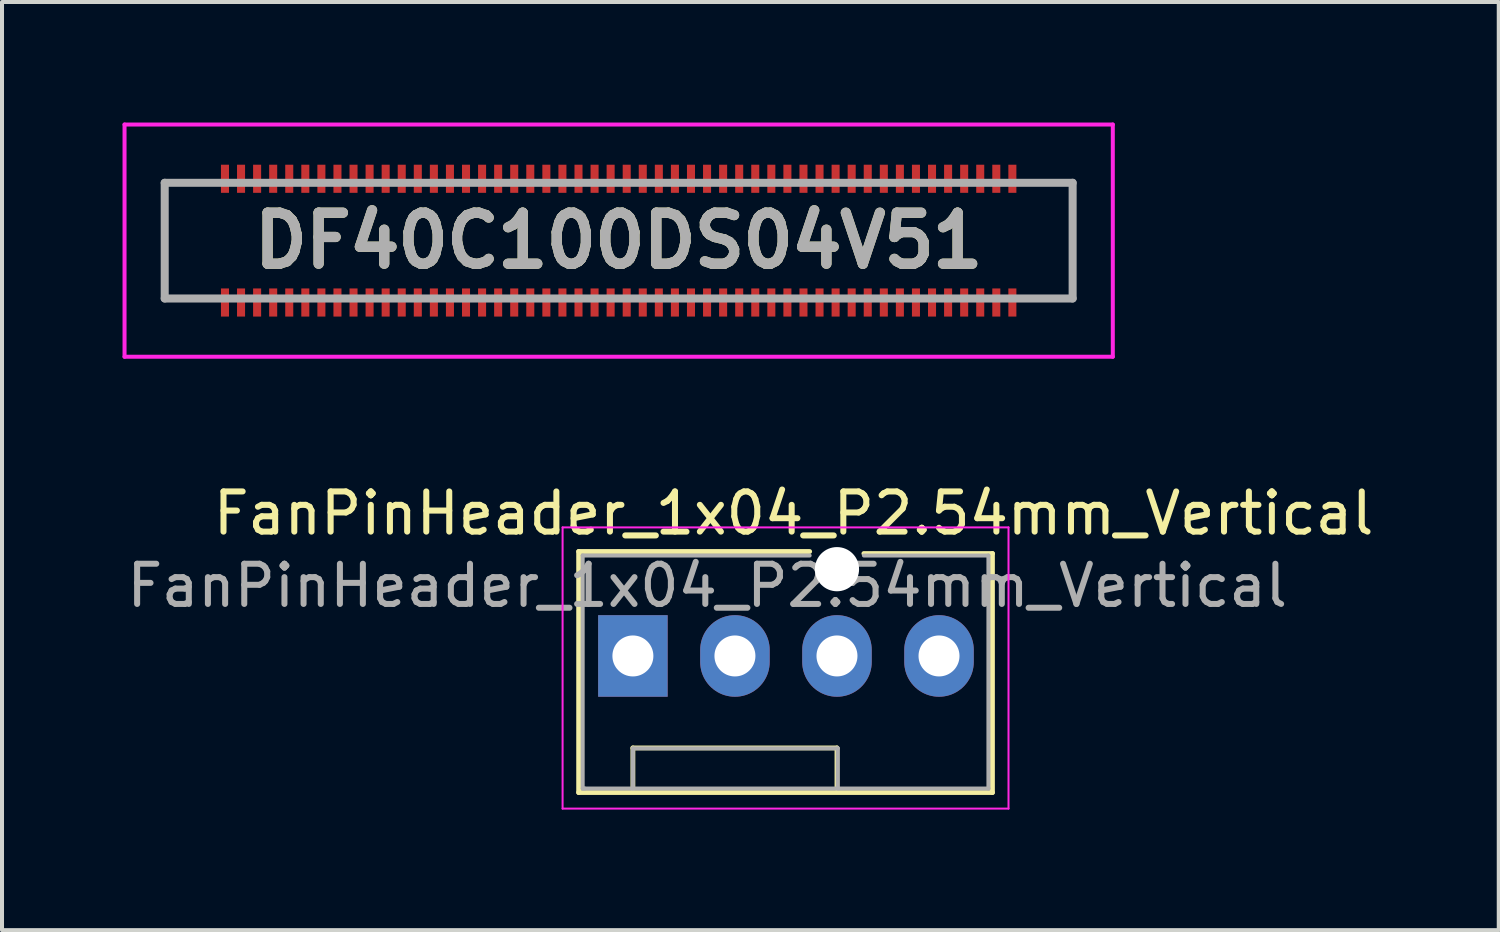
<source format=kicad_pcb>
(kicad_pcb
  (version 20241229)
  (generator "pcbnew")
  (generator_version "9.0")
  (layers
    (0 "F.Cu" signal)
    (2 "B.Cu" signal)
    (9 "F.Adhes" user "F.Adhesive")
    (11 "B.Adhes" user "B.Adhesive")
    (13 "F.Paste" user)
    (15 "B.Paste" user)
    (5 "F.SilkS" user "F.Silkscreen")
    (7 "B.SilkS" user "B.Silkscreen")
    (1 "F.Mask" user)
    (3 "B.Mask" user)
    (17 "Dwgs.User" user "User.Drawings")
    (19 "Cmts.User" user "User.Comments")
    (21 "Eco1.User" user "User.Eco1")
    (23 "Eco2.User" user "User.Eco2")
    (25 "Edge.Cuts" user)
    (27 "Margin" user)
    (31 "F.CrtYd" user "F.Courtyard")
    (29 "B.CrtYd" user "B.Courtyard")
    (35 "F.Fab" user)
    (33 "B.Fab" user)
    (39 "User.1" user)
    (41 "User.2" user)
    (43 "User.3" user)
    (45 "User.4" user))
  (footprint "DF40C100DS04V51"
    (layer "F.Cu")
    (at 12.35 2.94)
    (property "Reference" "DF40C100DS04V51" (at 0 0 0) (layer "F.SilkS") (effects (font (size 1.27 1.27) (thickness 0.254))))
    (attr smd)
    (fp_line (start -11.3 -1.44) (end -11.3 1.44) (stroke (width 0.1) (type solid)) (layer "F.SilkS"))
    (fp_line (start -11.3 1.44) (end -10.5 1.44) (stroke (width 0.1) (type solid)) (layer "F.SilkS"))
    (fp_line (start -10.5 -1.44) (end -11.3 -1.44) (stroke (width 0.1) (type solid)) (layer "F.SilkS"))
    (fp_line (start 10.5 -1.44) (end 11.3 -1.44) (stroke (width 0.1) (type solid)) (layer "F.SilkS"))
    (fp_line (start 11.3 -1.44) (end 11.3 1.44) (stroke (width 0.1) (type solid)) (layer "F.SilkS"))
    (fp_line (start 11.3 1.44) (end 10.5 1.44) (stroke (width 0.1) (type solid)) (layer "F.SilkS"))
    (fp_line (start -12.3 -2.89) (end 12.3 -2.89) (stroke (width 0.1) (type solid)) (layer "F.CrtYd"))
    (fp_line (start -12.3 2.89) (end -12.3 -2.89) (stroke (width 0.1) (type solid)) (layer "F.CrtYd"))
    (fp_line (start 12.3 -2.89) (end 12.3 2.89) (stroke (width 0.1) (type solid)) (layer "F.CrtYd"))
    (fp_line (start 12.3 2.89) (end -12.3 2.89) (stroke (width 0.1) (type solid)) (layer "F.CrtYd"))
    (fp_line (start -11.3 -1.44) (end 11.3 -1.44) (stroke (width 0.2) (type solid)) (layer "F.Fab"))
    (fp_line (start -11.3 1.44) (end -11.3 -1.44) (stroke (width 0.2) (type solid)) (layer "F.Fab"))
    (fp_line (start 11.3 -1.44) (end 11.3 1.44) (stroke (width 0.2) (type solid)) (layer "F.Fab"))
    (fp_line (start 11.3 1.44) (end -11.3 1.44) (stroke (width 0.2) (type solid)) (layer "F.Fab"))
    (fp_text user "${REFERENCE}" (at 0 0 0) (layer "F.Fab") (effects (font (size 1.27 1.27) (thickness 0.254))))
    (pad "1" smd rect (at -9.8 1.54) (size 0.2 0.7) (layers "F.Cu" "F.Mask" "F.Paste"))
    (pad "2" smd rect (at -9.8 -1.54) (size 0.2 0.7) (layers "F.Cu" "F.Mask" "F.Paste"))
    (pad "3" smd rect (at -9.4 1.54) (size 0.2 0.7) (layers "F.Cu" "F.Mask" "F.Paste"))
    (pad "4" smd rect (at -9.4 -1.54) (size 0.2 0.7) (layers "F.Cu" "F.Mask" "F.Paste"))
    (pad "5" smd rect (at -9 1.54) (size 0.2 0.7) (layers "F.Cu" "F.Mask" "F.Paste"))
    (pad "6" smd rect (at -9 -1.54) (size 0.2 0.7) (layers "F.Cu" "F.Mask" "F.Paste"))
    (pad "7" smd rect (at -8.6 1.54) (size 0.2 0.7) (layers "F.Cu" "F.Mask" "F.Paste"))
    (pad "8" smd rect (at -8.6 -1.54) (size 0.2 0.7) (layers "F.Cu" "F.Mask" "F.Paste"))
    (pad "9" smd rect (at -8.2 1.54) (size 0.2 0.7) (layers "F.Cu" "F.Mask" "F.Paste"))
    (pad "10" smd rect (at -8.2 -1.54) (size 0.2 0.7) (layers "F.Cu" "F.Mask" "F.Paste"))
    (pad "11" smd rect (at -7.8 1.54) (size 0.2 0.7) (layers "F.Cu" "F.Mask" "F.Paste"))
    (pad "12" smd rect (at -7.8 -1.54) (size 0.2 0.7) (layers "F.Cu" "F.Mask" "F.Paste"))
    (pad "13" smd rect (at -7.4 1.54) (size 0.2 0.7) (layers "F.Cu" "F.Mask" "F.Paste"))
    (pad "14" smd rect (at -7.4 -1.54) (size 0.2 0.7) (layers "F.Cu" "F.Mask" "F.Paste"))
    (pad "15" smd rect (at -7 1.54) (size 0.2 0.7) (layers "F.Cu" "F.Mask" "F.Paste"))
    (pad "16" smd rect (at -7 -1.54) (size 0.2 0.7) (layers "F.Cu" "F.Mask" "F.Paste"))
    (pad "17" smd rect (at -6.6 1.54) (size 0.2 0.7) (layers "F.Cu" "F.Mask" "F.Paste"))
    (pad "18" smd rect (at -6.6 -1.54) (size 0.2 0.7) (layers "F.Cu" "F.Mask" "F.Paste"))
    (pad "19" smd rect (at -6.2 1.54) (size 0.2 0.7) (layers "F.Cu" "F.Mask" "F.Paste"))
    (pad "20" smd rect (at -6.2 -1.54) (size 0.2 0.7) (layers "F.Cu" "F.Mask" "F.Paste"))
    (pad "21" smd rect (at -5.8 1.54) (size 0.2 0.7) (layers "F.Cu" "F.Mask" "F.Paste"))
    (pad "22" smd rect (at -5.8 -1.54) (size 0.2 0.7) (layers "F.Cu" "F.Mask" "F.Paste"))
    (pad "23" smd rect (at -5.4 1.54) (size 0.2 0.7) (layers "F.Cu" "F.Mask" "F.Paste"))
    (pad "24" smd rect (at -5.4 -1.54) (size 0.2 0.7) (layers "F.Cu" "F.Mask" "F.Paste"))
    (pad "25" smd rect (at -5 1.54) (size 0.2 0.7) (layers "F.Cu" "F.Mask" "F.Paste"))
    (pad "26" smd rect (at -5 -1.54) (size 0.2 0.7) (layers "F.Cu" "F.Mask" "F.Paste"))
    (pad "27" smd rect (at -4.6 1.54) (size 0.2 0.7) (layers "F.Cu" "F.Mask" "F.Paste"))
    (pad "28" smd rect (at -4.6 -1.54) (size 0.2 0.7) (layers "F.Cu" "F.Mask" "F.Paste"))
    (pad "29" smd rect (at -4.2 1.54) (size 0.2 0.7) (layers "F.Cu" "F.Mask" "F.Paste"))
    (pad "30" smd rect (at -4.2 -1.54) (size 0.2 0.7) (layers "F.Cu" "F.Mask" "F.Paste"))
    (pad "31" smd rect (at -3.8 1.54) (size 0.2 0.7) (layers "F.Cu" "F.Mask" "F.Paste"))
    (pad "32" smd rect (at -3.8 -1.54) (size 0.2 0.7) (layers "F.Cu" "F.Mask" "F.Paste"))
    (pad "33" smd rect (at -3.4 1.54) (size 0.2 0.7) (layers "F.Cu" "F.Mask" "F.Paste"))
    (pad "34" smd rect (at -3.4 -1.54) (size 0.2 0.7) (layers "F.Cu" "F.Mask" "F.Paste"))
    (pad "35" smd rect (at -3 1.54) (size 0.2 0.7) (layers "F.Cu" "F.Mask" "F.Paste"))
    (pad "36" smd rect (at -3 -1.54) (size 0.2 0.7) (layers "F.Cu" "F.Mask" "F.Paste"))
    (pad "37" smd rect (at -2.6 1.54) (size 0.2 0.7) (layers "F.Cu" "F.Mask" "F.Paste"))
    (pad "38" smd rect (at -2.6 -1.54) (size 0.2 0.7) (layers "F.Cu" "F.Mask" "F.Paste"))
    (pad "39" smd rect (at -2.2 1.54) (size 0.2 0.7) (layers "F.Cu" "F.Mask" "F.Paste"))
    (pad "40" smd rect (at -2.2 -1.54) (size 0.2 0.7) (layers "F.Cu" "F.Mask" "F.Paste"))
    (pad "41" smd rect (at -1.8 1.54) (size 0.2 0.7) (layers "F.Cu" "F.Mask" "F.Paste"))
    (pad "42" smd rect (at -1.8 -1.54) (size 0.2 0.7) (layers "F.Cu" "F.Mask" "F.Paste"))
    (pad "43" smd rect (at -1.4 1.54) (size 0.2 0.7) (layers "F.Cu" "F.Mask" "F.Paste"))
    (pad "44" smd rect (at -1.4 -1.54) (size 0.2 0.7) (layers "F.Cu" "F.Mask" "F.Paste"))
    (pad "45" smd rect (at -1 1.54) (size 0.2 0.7) (layers "F.Cu" "F.Mask" "F.Paste"))
    (pad "46" smd rect (at -1 -1.54) (size 0.2 0.7) (layers "F.Cu" "F.Mask" "F.Paste"))
    (pad "47" smd rect (at -0.6 1.54) (size 0.2 0.7) (layers "F.Cu" "F.Mask" "F.Paste"))
    (pad "48" smd rect (at -0.6 -1.54) (size 0.2 0.7) (layers "F.Cu" "F.Mask" "F.Paste"))
    (pad "49" smd rect (at -0.2 1.54) (size 0.2 0.7) (layers "F.Cu" "F.Mask" "F.Paste"))
    (pad "50" smd rect (at -0.2 -1.54) (size 0.2 0.7) (layers "F.Cu" "F.Mask" "F.Paste"))
    (pad "51" smd rect (at 0.2 1.54) (size 0.2 0.7) (layers "F.Cu" "F.Mask" "F.Paste"))
    (pad "52" smd rect (at 0.2 -1.54) (size 0.2 0.7) (layers "F.Cu" "F.Mask" "F.Paste"))
    (pad "53" smd rect (at 0.6 1.54) (size 0.2 0.7) (layers "F.Cu" "F.Mask" "F.Paste"))
    (pad "54" smd rect (at 0.6 -1.54) (size 0.2 0.7) (layers "F.Cu" "F.Mask" "F.Paste"))
    (pad "55" smd rect (at 1 1.54) (size 0.2 0.7) (layers "F.Cu" "F.Mask" "F.Paste"))
    (pad "56" smd rect (at 1 -1.54) (size 0.2 0.7) (layers "F.Cu" "F.Mask" "F.Paste"))
    (pad "57" smd rect (at 1.4 1.54) (size 0.2 0.7) (layers "F.Cu" "F.Mask" "F.Paste"))
    (pad "58" smd rect (at 1.4 -1.54) (size 0.2 0.7) (layers "F.Cu" "F.Mask" "F.Paste"))
    (pad "59" smd rect (at 1.8 1.54) (size 0.2 0.7) (layers "F.Cu" "F.Mask" "F.Paste"))
    (pad "60" smd rect (at 1.8 -1.54) (size 0.2 0.7) (layers "F.Cu" "F.Mask" "F.Paste"))
    (pad "61" smd rect (at 2.2 1.54) (size 0.2 0.7) (layers "F.Cu" "F.Mask" "F.Paste"))
    (pad "62" smd rect (at 2.2 -1.54) (size 0.2 0.7) (layers "F.Cu" "F.Mask" "F.Paste"))
    (pad "63" smd rect (at 2.6 1.54) (size 0.2 0.7) (layers "F.Cu" "F.Mask" "F.Paste"))
    (pad "64" smd rect (at 2.6 -1.54) (size 0.2 0.7) (layers "F.Cu" "F.Mask" "F.Paste"))
    (pad "65" smd rect (at 3 1.54) (size 0.2 0.7) (layers "F.Cu" "F.Mask" "F.Paste"))
    (pad "66" smd rect (at 3 -1.54) (size 0.2 0.7) (layers "F.Cu" "F.Mask" "F.Paste"))
    (pad "67" smd rect (at 3.4 1.54) (size 0.2 0.7) (layers "F.Cu" "F.Mask" "F.Paste"))
    (pad "68" smd rect (at 3.4 -1.54) (size 0.2 0.7) (layers "F.Cu" "F.Mask" "F.Paste"))
    (pad "69" smd rect (at 3.8 1.54) (size 0.2 0.7) (layers "F.Cu" "F.Mask" "F.Paste"))
    (pad "70" smd rect (at 3.8 -1.54) (size 0.2 0.7) (layers "F.Cu" "F.Mask" "F.Paste"))
    (pad "71" smd rect (at 4.2 1.54) (size 0.2 0.7) (layers "F.Cu" "F.Mask" "F.Paste"))
    (pad "72" smd rect (at 4.2 -1.54) (size 0.2 0.7) (layers "F.Cu" "F.Mask" "F.Paste"))
    (pad "73" smd rect (at 4.6 1.54) (size 0.2 0.7) (layers "F.Cu" "F.Mask" "F.Paste"))
    (pad "74" smd rect (at 4.6 -1.54) (size 0.2 0.7) (layers "F.Cu" "F.Mask" "F.Paste"))
    (pad "75" smd rect (at 5 1.54) (size 0.2 0.7) (layers "F.Cu" "F.Mask" "F.Paste"))
    (pad "76" smd rect (at 5 -1.54) (size 0.2 0.7) (layers "F.Cu" "F.Mask" "F.Paste"))
    (pad "77" smd rect (at 5.4 1.54) (size 0.2 0.7) (layers "F.Cu" "F.Mask" "F.Paste"))
    (pad "78" smd rect (at 5.4 -1.54) (size 0.2 0.7) (layers "F.Cu" "F.Mask" "F.Paste"))
    (pad "79" smd rect (at 5.8 1.54) (size 0.2 0.7) (layers "F.Cu" "F.Mask" "F.Paste"))
    (pad "80" smd rect (at 5.8 -1.54) (size 0.2 0.7) (layers "F.Cu" "F.Mask" "F.Paste"))
    (pad "81" smd rect (at 6.2 1.54) (size 0.2 0.7) (layers "F.Cu" "F.Mask" "F.Paste"))
    (pad "82" smd rect (at 6.2 -1.54) (size 0.2 0.7) (layers "F.Cu" "F.Mask" "F.Paste"))
    (pad "83" smd rect (at 6.6 1.54) (size 0.2 0.7) (layers "F.Cu" "F.Mask" "F.Paste"))
    (pad "84" smd rect (at 6.6 -1.54) (size 0.2 0.7) (layers "F.Cu" "F.Mask" "F.Paste"))
    (pad "85" smd rect (at 7 1.54) (size 0.2 0.7) (layers "F.Cu" "F.Mask" "F.Paste"))
    (pad "86" smd rect (at 7 -1.54) (size 0.2 0.7) (layers "F.Cu" "F.Mask" "F.Paste"))
    (pad "87" smd rect (at 7.4 1.54) (size 0.2 0.7) (layers "F.Cu" "F.Mask" "F.Paste"))
    (pad "88" smd rect (at 7.4 -1.54) (size 0.2 0.7) (layers "F.Cu" "F.Mask" "F.Paste"))
    (pad "89" smd rect (at 7.8 1.54) (size 0.2 0.7) (layers "F.Cu" "F.Mask" "F.Paste"))
    (pad "90" smd rect (at 7.8 -1.54) (size 0.2 0.7) (layers "F.Cu" "F.Mask" "F.Paste"))
    (pad "91" smd rect (at 8.2 1.54) (size 0.2 0.7) (layers "F.Cu" "F.Mask" "F.Paste"))
    (pad "92" smd rect (at 8.2 -1.54) (size 0.2 0.7) (layers "F.Cu" "F.Mask" "F.Paste"))
    (pad "93" smd rect (at 8.6 1.54) (size 0.2 0.7) (layers "F.Cu" "F.Mask" "F.Paste"))
    (pad "94" smd rect (at 8.6 -1.54) (size 0.2 0.7) (layers "F.Cu" "F.Mask" "F.Paste"))
    (pad "95" smd rect (at 9 1.54) (size 0.2 0.7) (layers "F.Cu" "F.Mask" "F.Paste"))
    (pad "96" smd rect (at 9 -1.54) (size 0.2 0.7) (layers "F.Cu" "F.Mask" "F.Paste"))
    (pad "97" smd rect (at 9.4 1.54) (size 0.2 0.7) (layers "F.Cu" "F.Mask" "F.Paste"))
    (pad "98" smd rect (at 9.4 -1.54) (size 0.2 0.7) (layers "F.Cu" "F.Mask" "F.Paste"))
    (pad "99" smd rect (at 9.8 1.54) (size 0.2 0.7) (layers "F.Cu" "F.Mask" "F.Paste"))
    (pad "100" smd rect (at 9.8 -1.54) (size 0.2 0.7) (layers "F.Cu" "F.Mask" "F.Paste")))
  (footprint "FanPinHeader_1x04_P2.54mm_Vertical"
    (layer "F.Cu")
    (at 12.704 13.278)
    (property "Reference" "FanPinHeader_1x04_P2.54mm_Vertical" (at 4 -3.55 0) (layer "F.SilkS") (effects (font (size 1 1) (thickness 0.15))))
    (attr through_hole)
    (fp_line (start -1.35 -2.6) (end 4.4 -2.6) (stroke (width 0.12) (type solid)) (layer "F.SilkS"))
    (fp_line (start -1.35 3.4) (end -1.35 -2.6) (stroke (width 0.12) (type solid)) (layer "F.SilkS"))
    (fp_line (start 0 2.29) (end 5.08 2.29) (stroke (width 0.12) (type solid)) (layer "F.SilkS"))
    (fp_line (start 0 3.3) (end 0 2.29) (stroke (width 0.12) (type solid)) (layer "F.SilkS"))
    (fp_line (start 5.08 2.29) (end 5.08 3.3) (stroke (width 0.12) (type solid)) (layer "F.SilkS"))
    (fp_line (start 5.75 -2.55) (end 8.95 -2.55) (stroke (width 0.12) (type solid)) (layer "F.SilkS"))
    (fp_line (start 8.95 -2.55) (end 8.95 3.4) (stroke (width 0.12) (type solid)) (layer "F.SilkS"))
    (fp_line (start 8.95 3.4) (end -1.35 3.4) (stroke (width 0.12) (type solid)) (layer "F.SilkS"))
    (fp_line (start -1.75 3.8) (end -1.75 -3.2) (stroke (width 0.05) (type solid)) (layer "F.CrtYd"))
    (fp_line (start -1.75 3.8) (end 9.35 3.8) (stroke (width 0.05) (type solid)) (layer "F.CrtYd"))
    (fp_line (start 9.35 -3.2) (end -1.75 -3.2) (stroke (width 0.05) (type solid)) (layer "F.CrtYd"))
    (fp_line (start 9.35 -3.2) (end 9.35 3.8) (stroke (width 0.05) (type solid)) (layer "F.CrtYd"))
    (fp_line (start -1.25 -2.5) (end 4.4 -2.5) (stroke (width 0.1) (type solid)) (layer "F.Fab"))
    (fp_line (start -1.25 3.3) (end -1.25 -2.5) (stroke (width 0.1) (type solid)) (layer "F.Fab"))
    (fp_line (start -1.2 3.3) (end -1.25 3.3) (stroke (width 0.1) (type solid)) (layer "F.Fab"))
    (fp_line (start 0 2.3) (end 0 3.3) (stroke (width 0.1) (type solid)) (layer "F.Fab"))
    (fp_line (start 5.1 2.3) (end 0 2.3) (stroke (width 0.1) (type solid)) (layer "F.Fab"))
    (fp_line (start 5.1 3.3) (end 5.1 2.3) (stroke (width 0.1) (type solid)) (layer "F.Fab"))
    (fp_line (start 5.75 -2.5) (end 8.85 -2.5) (stroke (width 0.1) (type solid)) (layer "F.Fab"))
    (fp_line (start 8.85 -2.5) (end 8.85 3.3) (stroke (width 0.1) (type solid)) (layer "F.Fab"))
    (fp_line (start 8.85 3.3) (end -1.2 3.3) (stroke (width 0.1) (type solid)) (layer "F.Fab"))
    (fp_text user "${REFERENCE}" (at 1.85 -1.75 0) (layer "F.Fab") (effects (font (size 1 1) (thickness 0.15))))
    (pad "" np_thru_hole circle (at 5.08 -2.16 90) (size 1.1 1.1) (drill 1.1) (layers "*.Cu" "*.Mask"))
    (pad "1" thru_hole rect (at 0 0 90) (size 2.03 1.73) (drill 1.02) (layers "*.Cu" "*.Mask"))
    (pad "2" thru_hole oval (at 2.54 0 90) (size 2.03 1.73) (drill 1.02) (layers "*.Cu" "*.Mask"))
    (pad "3" thru_hole oval (at 5.08 0 90) (size 2.03 1.73) (drill 1.02) (layers "*.Cu" "*.Mask"))
    (pad "4" thru_hole oval (at 7.62 0 90) (size 2.03 1.73) (drill 1.02) (layers "*.Cu" "*.Mask")))
  (gr_rect
    (start -3 -3)
    (end 34.257 20.103)
    (stroke (width 0.1) (type default))
    (fill no)
    (layer "Edge.Cuts")))
</source>
